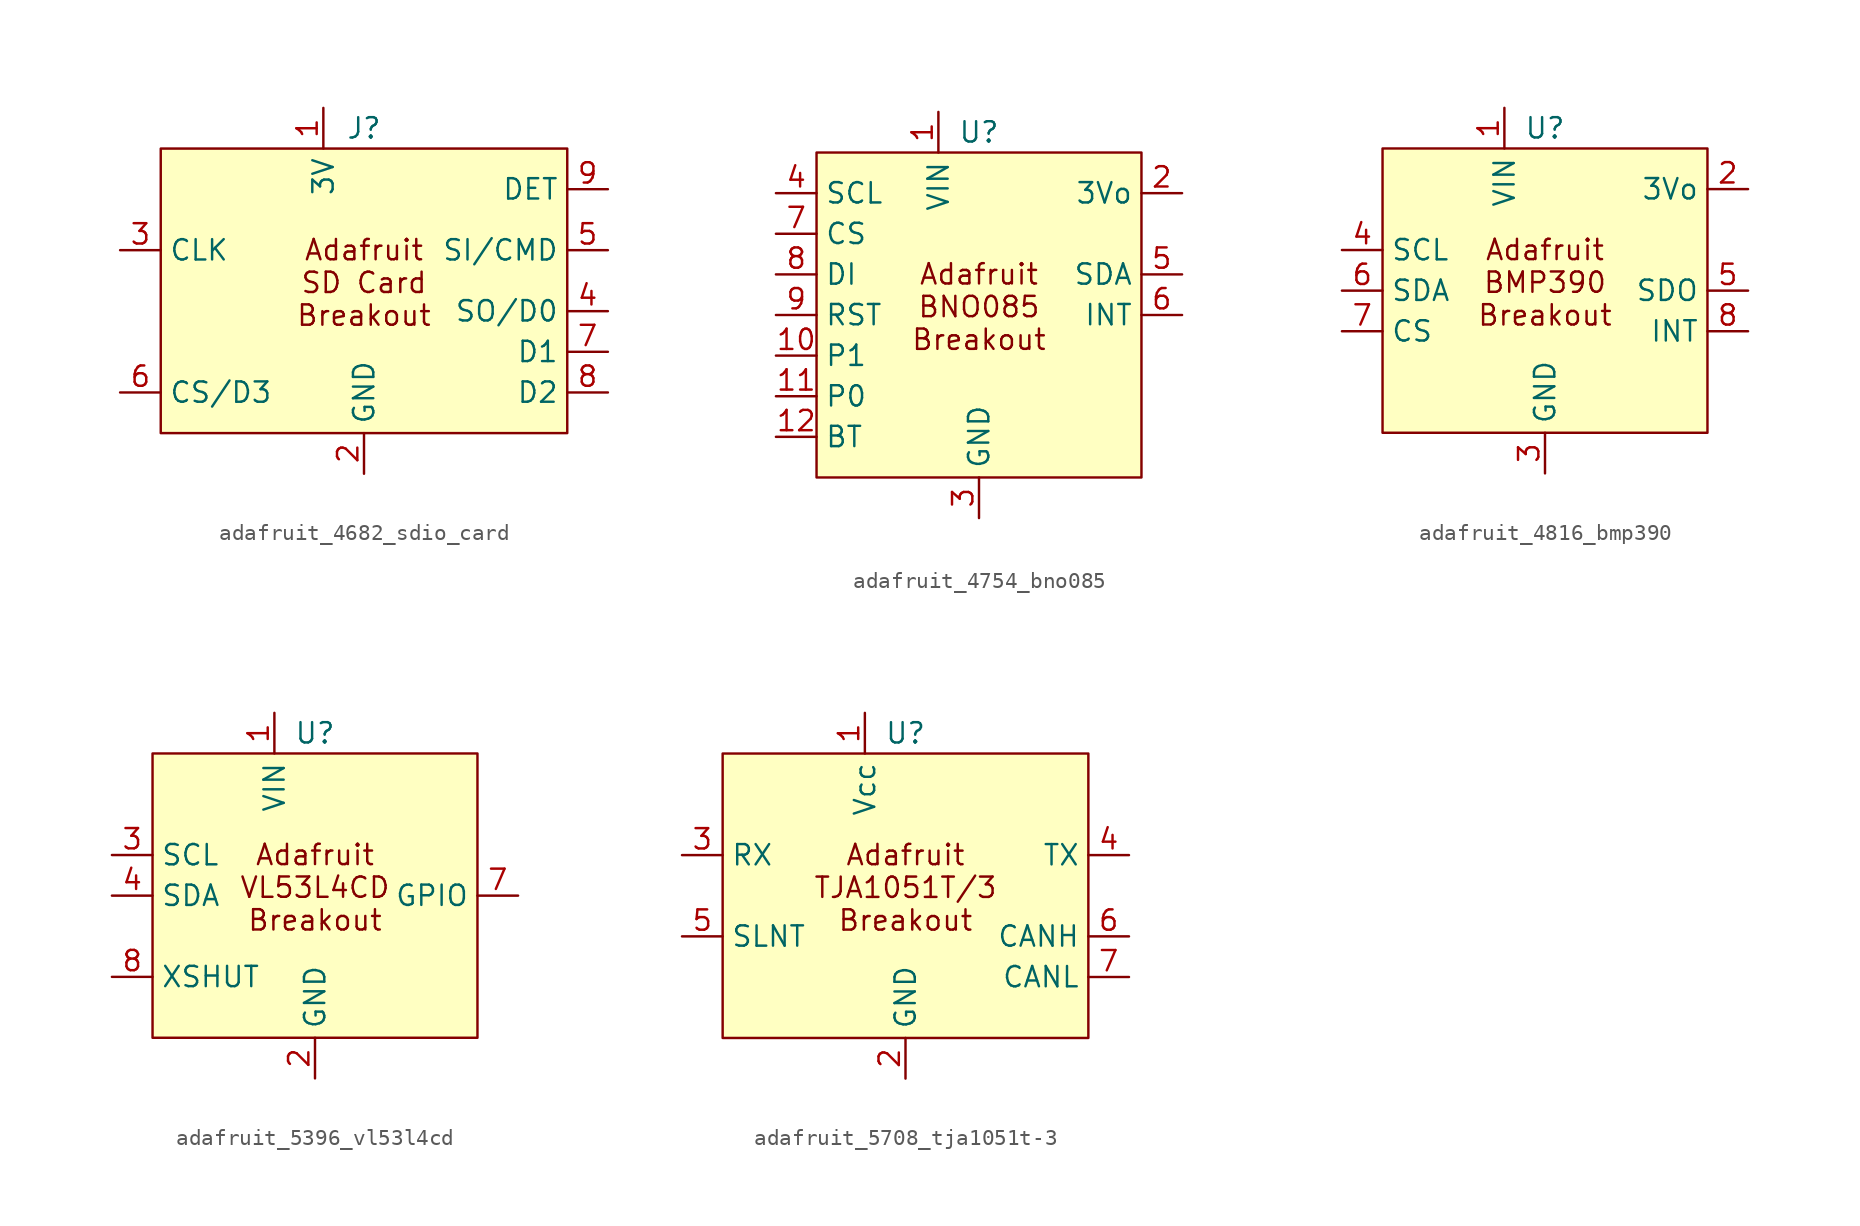
<source format=kicad_sym>
(kicad_symbol_lib
  (version 20231120)
  (generator "kicad_symbol_editor")
  (generator_version "8.0")
  (symbol "adafruit_4682_sdio_card"
    (property "Reference" "J"
      (at 0 10.16 0)
      (effects (font (size 1.27 1.27))))
    (property "Value" ""
      (at 0 0 0)
      (effects (font (size 1.27 1.27))))
    (symbol "adafruit_4682_sdio_card_0_0"
      (pin power_in line (at -2.54 11.43 270) (length 2.54) (name "3V" (effects (font (size 1.27 1.27)))) (number "1" (effects (font (size 1.27 1.27)))))
      (pin power_in line (at 0 -11.43 90) (length 2.54) (name "GND" (effects (font (size 1.27 1.27)))) (number "2" (effects (font (size 1.27 1.27)))))
      (pin input line (at -15.24 2.54 0) (length 2.54) (name "CLK" (effects (font (size 1.27 1.27)))) (number "3" (effects (font (size 1.27 1.27)))))
      (pin bidirectional line (at 15.24 -1.27 180) (length 2.54) (name "SO/D0" (effects (font (size 1.27 1.27)))) (number "4" (effects (font (size 1.27 1.27)))))
      (pin bidirectional line (at 15.24 2.54 180) (length 2.54) (name "SI/CMD" (effects (font (size 1.27 1.27)))) (number "5" (effects (font (size 1.27 1.27)))))
      (pin bidirectional line (at -15.24 -6.35 0) (length 2.54) (name "CS/D3" (effects (font (size 1.27 1.27)))) (number "6" (effects (font (size 1.27 1.27)))))
      (pin bidirectional line (at 15.24 -3.81 180) (length 2.54) (name "D1" (effects (font (size 1.27 1.27)))) (number "7" (effects (font (size 1.27 1.27)))))
      (pin bidirectional line (at 15.24 -6.35 180) (length 2.54) (name "D2" (effects (font (size 1.27 1.27)))) (number "8" (effects (font (size 1.27 1.27)))))
      (pin output line (at 15.24 6.35 180) (length 2.54) (name "DET" (effects (font (size 1.27 1.27)))) (number "9" (effects (font (size 1.27 1.27))))))
    (symbol "adafruit_4682_sdio_card_1_1"
      (rectangle (start -12.7 8.89) (end 12.7 -8.89) (stroke (width 0) (type default)) (fill (type background)))
      (text "Adafruit\nSD Card\nBreakout" (at 0 0.508 0) (effects (font (size 1.27 1.27))))))
  (symbol "adafruit_4754_bno085"
    (property "Reference" "U"
      (at 0 11.43 0)
      (effects (font (size 1.27 1.27))))
    (property "Value" ""
      (at 0 0 0)
      (effects (font (size 1.27 1.27))))
    (symbol "adafruit_4754_bno085_0_0"
      (pin power_in line (at -2.54 12.7 270) (length 2.54) (name "VIN" (effects (font (size 1.27 1.27)))) (number "1" (effects (font (size 1.27 1.27)))))
      (pin input line (at -12.7 -2.54 0) (length 2.54) (name "P1" (effects (font (size 1.27 1.27)))) (number "10" (effects (font (size 1.27 1.27)))))
      (pin input line (at -12.7 -5.08 0) (length 2.54) (name "P0" (effects (font (size 1.27 1.27)))) (number "11" (effects (font (size 1.27 1.27)))))
      (pin input line (at -12.7 -7.62 0) (length 2.54) (name "BT" (effects (font (size 1.27 1.27)))) (number "12" (effects (font (size 1.27 1.27)))))
      (pin power_out line (at 12.7 7.62 180) (length 2.54) (name "3Vo" (effects (font (size 1.27 1.27)))) (number "2" (effects (font (size 1.27 1.27)))))
      (pin power_in line (at 0 -12.7 90) (length 2.54) (name "GND" (effects (font (size 1.27 1.27)))) (number "3" (effects (font (size 1.27 1.27)))))
      (pin input line (at -12.7 7.62 0) (length 2.54) (name "SCL" (effects (font (size 1.27 1.27)))) (number "4" (effects (font (size 1.27 1.27)))))
      (pin output line (at 12.7 2.54 180) (length 2.54) (name "SDA" (effects (font (size 1.27 1.27)))) (number "5" (effects (font (size 1.27 1.27)))))
      (pin output line (at 12.7 0 180) (length 2.54) (name "INT" (effects (font (size 1.27 1.27)))) (number "6" (effects (font (size 1.27 1.27)))))
      (pin input line (at -12.7 5.08 0) (length 2.54) (name "CS" (effects (font (size 1.27 1.27)))) (number "7" (effects (font (size 1.27 1.27)))))
      (pin input line (at -12.7 2.54 0) (length 2.54) (name "DI" (effects (font (size 1.27 1.27)))) (number "8" (effects (font (size 1.27 1.27)))))
      (pin input line (at -12.7 0 0) (length 2.54) (name "RST" (effects (font (size 1.27 1.27)))) (number "9" (effects (font (size 1.27 1.27))))))
    (symbol "adafruit_4754_bno085_1_1"
      (rectangle (start -10.16 10.16) (end 10.16 -10.16) (stroke (width 0) (type default)) (fill (type background)))
      (text "Adafruit\nBNO085\nBreakout" (at 0 0.508 0) (effects (font (size 1.27 1.27))))))
  (symbol "adafruit_4816_bmp390"
    (property "Reference" "U"
      (at 0 10.16 0)
      (effects (font (size 1.27 1.27))))
    (property "Value" ""
      (at 0 0 0)
      (effects (font (size 1.27 1.27))))
    (symbol "adafruit_4816_bmp390_0_0"
      (pin power_in line (at -2.54 11.43 270) (length 2.54) (name "VIN" (effects (font (size 1.27 1.27)))) (number "1" (effects (font (size 1.27 1.27)))))
      (pin power_out line (at 12.7 6.35 180) (length 2.54) (name "3Vo" (effects (font (size 1.27 1.27)))) (number "2" (effects (font (size 1.27 1.27)))))
      (pin power_in line (at 0 -11.43 90) (length 2.54) (name "GND" (effects (font (size 1.27 1.27)))) (number "3" (effects (font (size 1.27 1.27)))))
      (pin input line (at -12.7 2.54 0) (length 2.54) (name "SCL" (effects (font (size 1.27 1.27)))) (number "4" (effects (font (size 1.27 1.27)))))
      (pin output line (at 12.7 0 180) (length 2.54) (name "SDO" (effects (font (size 1.27 1.27)))) (number "5" (effects (font (size 1.27 1.27)))))
      (pin input line (at -12.7 0 0) (length 2.54) (name "SDA" (effects (font (size 1.27 1.27)))) (number "6" (effects (font (size 1.27 1.27)))))
      (pin input line (at -12.7 -2.54 0) (length 2.54) (name "CS" (effects (font (size 1.27 1.27)))) (number "7" (effects (font (size 1.27 1.27)))))
      (pin output line (at 12.7 -2.54 180) (length 2.54) (name "INT" (effects (font (size 1.27 1.27)))) (number "8" (effects (font (size 1.27 1.27))))))
    (symbol "adafruit_4816_bmp390_1_1"
      (rectangle (start -10.16 8.89) (end 10.16 -8.89) (stroke (width 0) (type default)) (fill (type background)))
      (text "Adafruit\nBMP390\nBreakout" (at 0 0.508 0) (effects (font (size 1.27 1.27))))))
  (symbol "adafruit_5396_vl53l4cd"
    (property "Reference" "U"
      (at 0 10.16 0)
      (effects (font (size 1.27 1.27))))
    (property "Value" ""
      (at 0 0 0)
      (effects (font (size 1.27 1.27))))
    (symbol "adafruit_5396_vl53l4cd_0_0"
      (pin power_in line (at -2.54 11.43 270) (length 2.54) (name "VIN" (effects (font (size 1.27 1.27)))) (number "1" (effects (font (size 1.27 1.27)))))
      (pin power_in line (at 0 -11.43 90) (length 2.54) (name "GND" (effects (font (size 1.27 1.27)))) (number "2" (effects (font (size 1.27 1.27)))))
      (pin input line (at -12.7 2.54 0) (length 2.54) (name "SCL" (effects (font (size 1.27 1.27)))) (number "3" (effects (font (size 1.27 1.27)))))
      (pin input line (at -12.7 0 0) (length 2.54) (name "SDA" (effects (font (size 1.27 1.27)))) (number "4" (effects (font (size 1.27 1.27)))))
      (pin output line (at 12.7 0 180) (length 2.54) (name "GPIO" (effects (font (size 1.27 1.27)))) (number "7" (effects (font (size 1.27 1.27)))))
      (pin input line (at -12.7 -5.08 0) (length 2.54) (name "XSHUT" (effects (font (size 1.27 1.27)))) (number "8" (effects (font (size 1.27 1.27))))))
    (symbol "adafruit_5396_vl53l4cd_1_1"
      (rectangle (start -10.16 8.89) (end 10.16 -8.89) (stroke (width 0) (type default)) (fill (type background)))
      (text "Adafruit\nVL53L4CD\nBreakout" (at 0 0.508 0) (effects (font (size 1.27 1.27))))))
  (symbol "adafruit_5708_tja1051t-3"
    (property "Reference" "U"
      (at 0 10.16 0)
      (effects (font (size 1.27 1.27))))
    (property "Value" ""
      (at 0 0 0)
      (effects (font (size 1.27 1.27))))
    (symbol "adafruit_5708_tja1051t-3_0_0"
      (pin power_in line (at -2.54 11.43 270) (length 2.54) (name "Vcc" (effects (font (size 1.27 1.27)))) (number "1" (effects (font (size 1.27 1.27)))))
      (pin power_in line (at 0 -11.43 90) (length 2.54) (name "GND" (effects (font (size 1.27 1.27)))) (number "2" (effects (font (size 1.27 1.27)))))
      (pin input line (at -13.97 2.54 0) (length 2.54) (name "RX" (effects (font (size 1.27 1.27)))) (number "3" (effects (font (size 1.27 1.27)))))
      (pin output line (at 13.97 2.54 180) (length 2.54) (name "TX" (effects (font (size 1.27 1.27)))) (number "4" (effects (font (size 1.27 1.27)))))
      (pin input line (at -13.97 -2.54 0) (length 2.54) (name "SLNT" (effects (font (size 1.27 1.27)))) (number "5" (effects (font (size 1.27 1.27)))))
      (pin bidirectional line (at 13.97 -2.54 180) (length 2.54) (name "CANH" (effects (font (size 1.27 1.27)))) (number "6" (effects (font (size 1.27 1.27)))))
      (pin bidirectional line (at 13.97 -5.08 180) (length 2.54) (name "CANL" (effects (font (size 1.27 1.27)))) (number "7" (effects (font (size 1.27 1.27))))))
    (symbol "adafruit_5708_tja1051t-3_1_1"
      (rectangle (start -11.43 8.89) (end 11.43 -8.89) (stroke (width 0) (type default)) (fill (type background)))
      (text "Adafruit\nTJA1051T/3\nBreakout" (at 0 0.508 0) (effects (font (size 1.27 1.27)))))))
</source>
